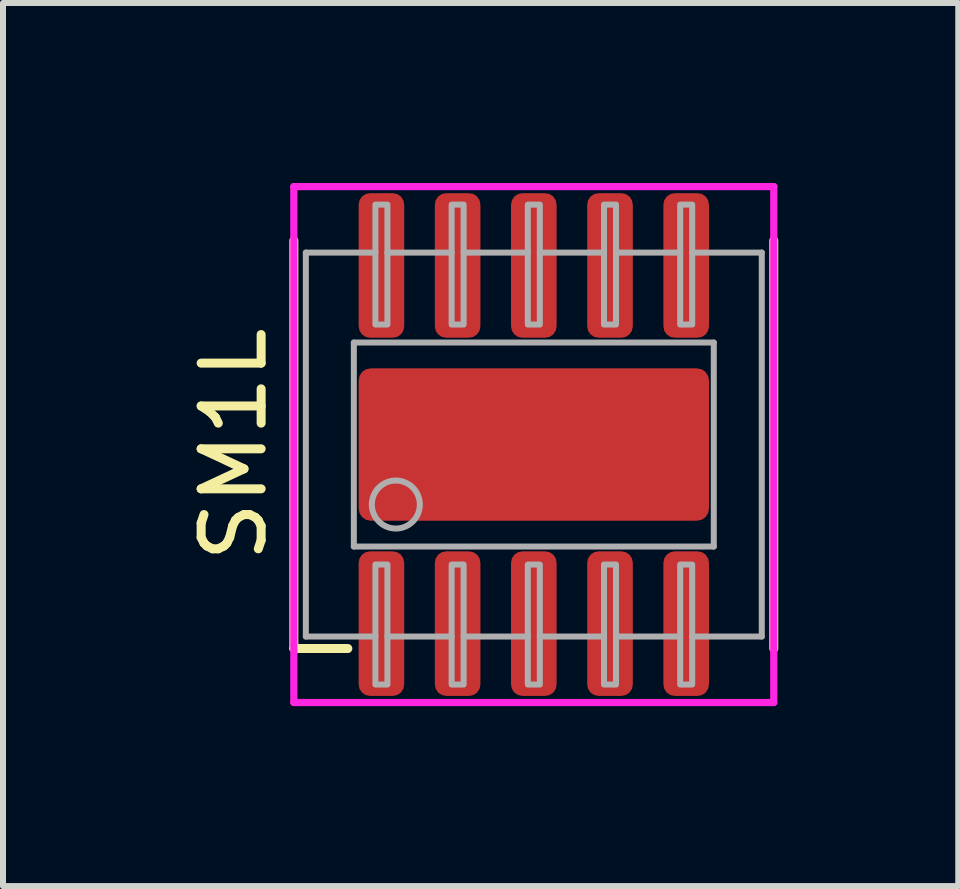
<source format=kicad_pcb>
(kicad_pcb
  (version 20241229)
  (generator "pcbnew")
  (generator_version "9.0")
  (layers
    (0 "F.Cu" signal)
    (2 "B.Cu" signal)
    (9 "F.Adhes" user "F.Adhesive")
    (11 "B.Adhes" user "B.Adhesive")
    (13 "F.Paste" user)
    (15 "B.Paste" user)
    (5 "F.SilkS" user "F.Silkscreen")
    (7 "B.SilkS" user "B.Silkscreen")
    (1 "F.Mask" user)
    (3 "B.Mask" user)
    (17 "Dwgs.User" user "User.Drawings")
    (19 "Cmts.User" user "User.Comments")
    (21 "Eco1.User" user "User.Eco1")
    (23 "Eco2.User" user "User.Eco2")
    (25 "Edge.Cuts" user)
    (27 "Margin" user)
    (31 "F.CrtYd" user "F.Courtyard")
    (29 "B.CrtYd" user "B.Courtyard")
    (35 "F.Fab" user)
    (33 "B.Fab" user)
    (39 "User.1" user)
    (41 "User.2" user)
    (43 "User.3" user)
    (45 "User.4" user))
  (footprint "SM1L"
    (layer "F.Cu")
    (at 5.848 4.36)
    (property "Reference" "SM1L" (at -5 0 90) (unlocked yes) (layer "F.SilkS") (effects (font (size 1 1) (thickness 0.15))))
    (attr smd)
    (fp_line (start -4 3.4) (end -4 -3.4) (stroke (width 0.15) (type solid)) (layer "F.SilkS"))
    (fp_line (start -3.1 3.4) (end -4 3.4) (stroke (width 0.15) (type solid)) (layer "F.SilkS"))
    (fp_line (start 4 -3.4) (end 4 3.4) (stroke (width 0.15) (type solid)) (layer "F.SilkS"))
    (fp_line (start -4 -4.3) (end 4 -4.3) (stroke (width 0.12) (type solid)) (layer "F.CrtYd"))
    (fp_line (start -4 4.3) (end -4 -4.3) (stroke (width 0.12) (type solid)) (layer "F.CrtYd"))
    (fp_line (start 4 -4.3) (end 4 4.3) (stroke (width 0.12) (type solid)) (layer "F.CrtYd"))
    (fp_line (start 4 4.3) (end -4 4.3) (stroke (width 0.12) (type solid)) (layer "F.CrtYd"))
    (fp_line (start -3.8 -3.2) (end -3.8 3.2) (stroke (width 0.1) (type solid)) (layer "F.Fab"))
    (fp_line (start -3.8 3.2) (end -2.64 3.2) (stroke (width 0.1) (type solid)) (layer "F.Fab"))
    (fp_line (start -3 -1.7) (end -3 1.7) (stroke (width 0.1) (type solid)) (layer "F.Fab"))
    (fp_line (start -3 1.7) (end 3 1.7) (stroke (width 0.1) (type solid)) (layer "F.Fab"))
    (fp_line (start -2.64 -3.2) (end -3.8 -3.2) (stroke (width 0.1) (type solid)) (layer "F.Fab"))
    (fp_line (start -2.44 3.2) (end -1.37 3.2) (stroke (width 0.1) (type solid)) (layer "F.Fab"))
    (fp_line (start -1.37 -3.2) (end -2.44 -3.2) (stroke (width 0.1) (type solid)) (layer "F.Fab"))
    (fp_line (start -1.17 3.2) (end -0.1 3.2) (stroke (width 0.1) (type solid)) (layer "F.Fab"))
    (fp_line (start -0.1 -3.2) (end -1.17 -3.2) (stroke (width 0.1) (type solid)) (layer "F.Fab"))
    (fp_line (start 0.1 3.2) (end 1.17 3.2) (stroke (width 0.1) (type solid)) (layer "F.Fab"))
    (fp_line (start 1.17 -3.2) (end 0.1 -3.2) (stroke (width 0.1) (type solid)) (layer "F.Fab"))
    (fp_line (start 1.37 3.2) (end 2.44 3.2) (stroke (width 0.1) (type solid)) (layer "F.Fab"))
    (fp_line (start 2.44 -3.2) (end 1.37 -3.2) (stroke (width 0.1) (type solid)) (layer "F.Fab"))
    (fp_line (start 2.64 -3.2) (end 3.8 -3.2) (stroke (width 0.1) (type solid)) (layer "F.Fab"))
    (fp_line (start 3 -1.7) (end -3 -1.7) (stroke (width 0.1) (type solid)) (layer "F.Fab"))
    (fp_line (start 3 1.7) (end 3 -1.7) (stroke (width 0.1) (type solid)) (layer "F.Fab"))
    (fp_line (start 3.8 -3.2) (end 3.8 3.2) (stroke (width 0.1) (type solid)) (layer "F.Fab"))
    (fp_line (start 3.8 3.2) (end 2.64 3.2) (stroke (width 0.1) (type solid)) (layer "F.Fab"))
    (fp_rect (start -2.64 -4) (end -2.44 -2) (stroke (width 0.1) (type solid)) (fill no) (layer "F.Fab"))
    (fp_rect (start -2.64 2) (end -2.44 4) (stroke (width 0.1) (type solid)) (fill no) (layer "F.Fab"))
    (fp_rect (start -1.37 -4) (end -1.17 -2) (stroke (width 0.1) (type solid)) (fill no) (layer "F.Fab"))
    (fp_rect (start -1.37 2) (end -1.17 4) (stroke (width 0.1) (type solid)) (fill no) (layer "F.Fab"))
    (fp_rect (start -0.1 -4) (end 0.1 -2) (stroke (width 0.1) (type solid)) (fill no) (layer "F.Fab"))
    (fp_rect (start -0.1 2) (end 0.1 4) (stroke (width 0.1) (type solid)) (fill no) (layer "F.Fab"))
    (fp_rect (start 1.17 -4) (end 1.37 -2) (stroke (width 0.1) (type solid)) (fill no) (layer "F.Fab"))
    (fp_rect (start 1.17 2) (end 1.37 4) (stroke (width 0.1) (type solid)) (fill no) (layer "F.Fab"))
    (fp_rect (start 2.44 -4) (end 2.64 -2) (stroke (width 0.1) (type solid)) (fill no) (layer "F.Fab"))
    (fp_rect (start 2.44 2) (end 2.64 4) (stroke (width 0.1) (type solid)) (fill no) (layer "F.Fab"))
    (fp_circle (center -2.3 1) (end -2.3 1.4) (stroke (width 0.1) (type solid)) (fill no) (layer "F.Fab"))
    (pad "1" smd roundrect (at -2.54 2.985 90) (size 2.41 0.76) (layers "F.Cu" "F.Mask" "F.Paste") (roundrect_rratio 0.25))
    (pad "2" smd roundrect (at -1.27 2.985 90) (size 2.41 0.76) (layers "F.Cu" "F.Mask" "F.Paste") (roundrect_rratio 0.25))
    (pad "3" smd roundrect (at 0 2.985 90) (size 2.41 0.76) (layers "F.Cu" "F.Mask" "F.Paste") (roundrect_rratio 0.25))
    (pad "4" smd roundrect (at 1.27 2.985 90) (size 2.41 0.76) (layers "F.Cu" "F.Mask" "F.Paste") (roundrect_rratio 0.25))
    (pad "5" smd roundrect (at 2.54 2.985 90) (size 2.41 0.76) (layers "F.Cu" "F.Mask" "F.Paste") (roundrect_rratio 0.25))
    (pad "6" smd roundrect (at 2.54 -2.985 90) (size 2.41 0.76) (layers "F.Cu" "F.Mask" "F.Paste") (roundrect_rratio 0.25))
    (pad "7" smd roundrect (at 1.27 -2.985 90) (size 2.41 0.76) (layers "F.Cu" "F.Mask" "F.Paste") (roundrect_rratio 0.25))
    (pad "8" smd roundrect (at 0 -2.985 90) (size 2.41 0.76) (layers "F.Cu" "F.Mask" "F.Paste") (roundrect_rratio 0.25))
    (pad "9" smd roundrect (at -1.27 -2.985 90) (size 2.41 0.76) (layers "F.Cu" "F.Mask" "F.Paste") (roundrect_rratio 0.25))
    (pad "10" smd roundrect (at -2.54 -2.985 90) (size 2.41 0.76) (layers "F.Cu" "F.Mask" "F.Paste") (roundrect_rratio 0.25))
    (pad "11" smd roundrect (at 0 0 90) (size 2.54 5.84) (layers "F.Cu" "F.Mask" "F.Paste") (roundrect_rratio 0.079)))
  (gr_rect
    (start -3 -3)
    (end 12.923 11.72)
    (stroke (width 0.1) (type default))
    (fill no)
    (layer "Edge.Cuts")))
</source>
